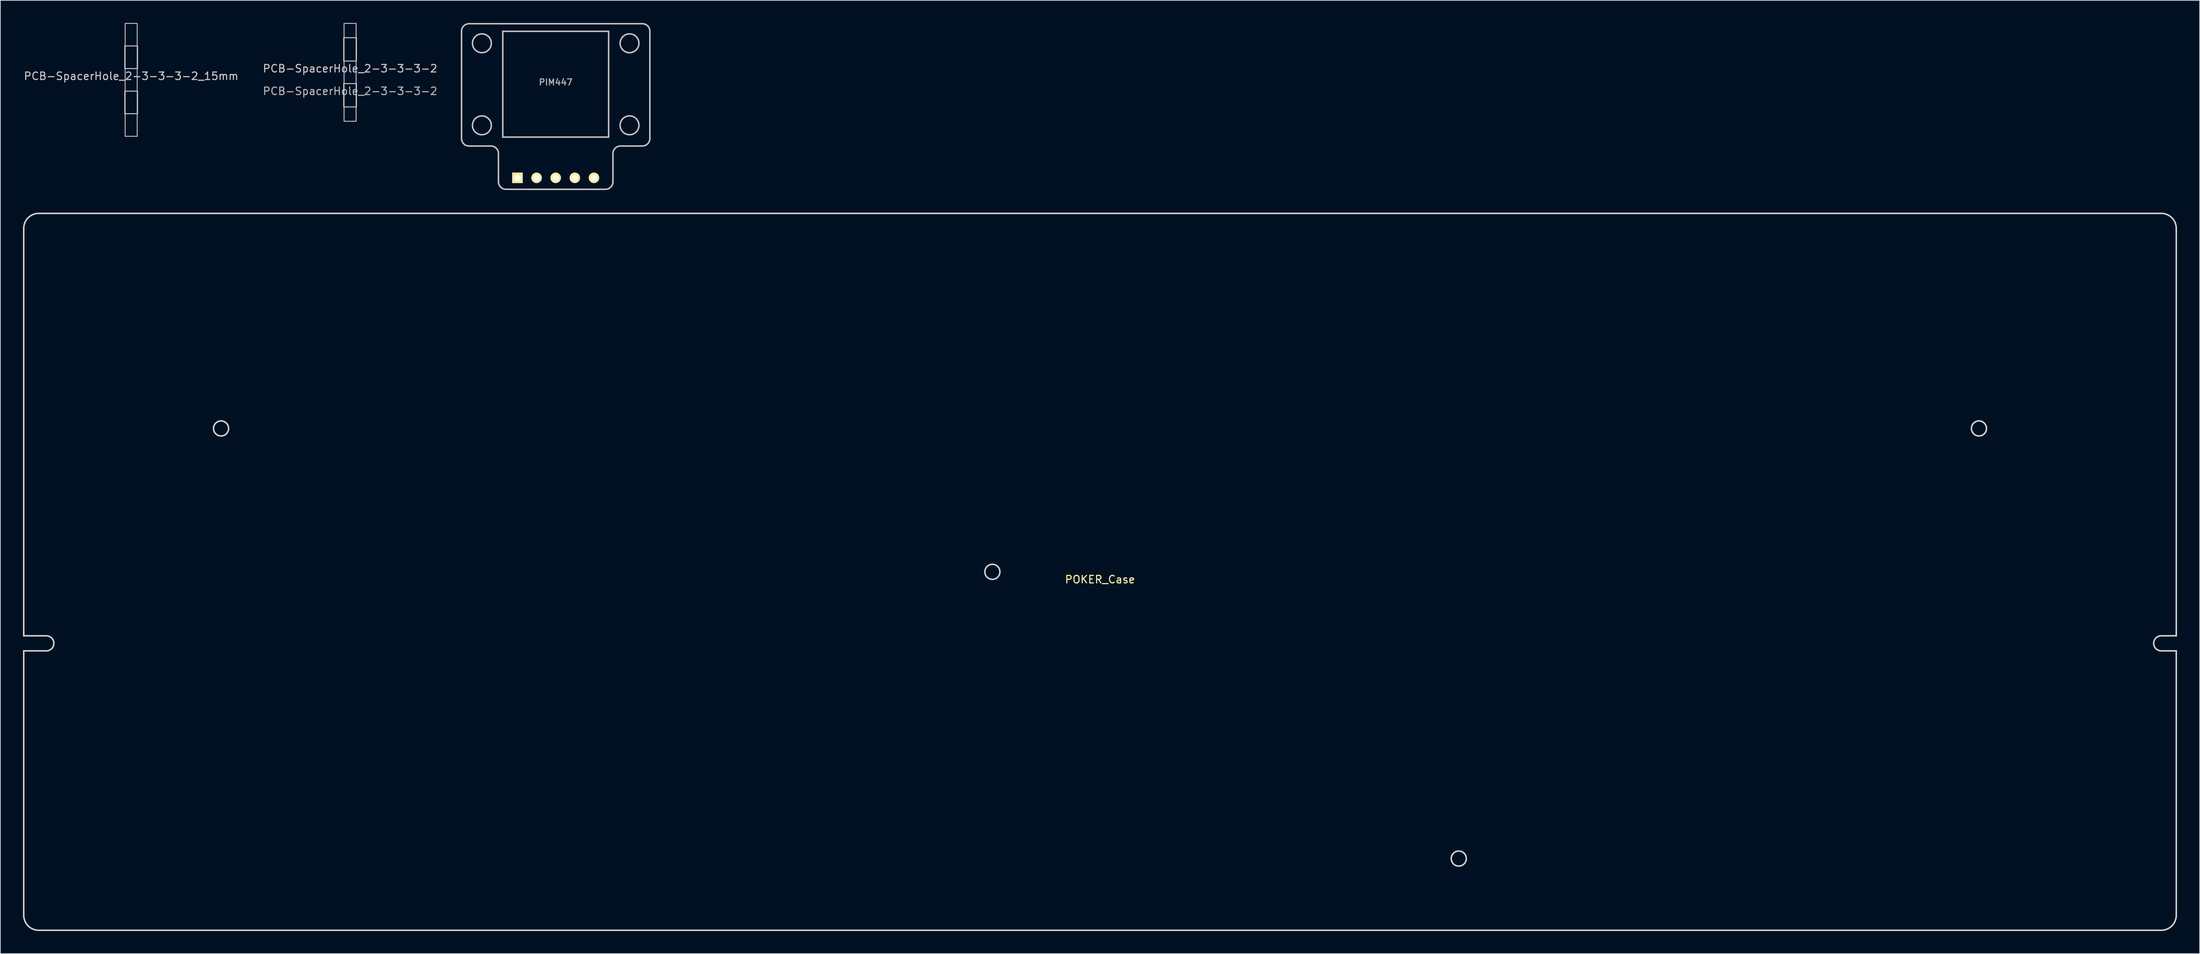
<source format=kicad_pcb>
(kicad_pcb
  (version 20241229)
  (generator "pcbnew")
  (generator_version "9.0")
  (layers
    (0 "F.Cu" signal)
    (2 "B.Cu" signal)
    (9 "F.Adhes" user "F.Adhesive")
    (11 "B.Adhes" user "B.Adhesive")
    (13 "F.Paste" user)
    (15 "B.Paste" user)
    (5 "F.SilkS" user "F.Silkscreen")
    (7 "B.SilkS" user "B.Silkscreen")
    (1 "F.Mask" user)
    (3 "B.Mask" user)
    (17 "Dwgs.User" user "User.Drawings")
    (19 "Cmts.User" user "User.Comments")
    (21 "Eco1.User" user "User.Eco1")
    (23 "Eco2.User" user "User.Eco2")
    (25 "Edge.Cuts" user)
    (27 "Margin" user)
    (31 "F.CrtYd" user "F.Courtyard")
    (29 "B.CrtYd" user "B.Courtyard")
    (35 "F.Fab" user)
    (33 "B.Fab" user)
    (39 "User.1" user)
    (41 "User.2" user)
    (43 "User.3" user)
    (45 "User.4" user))
  (footprint "PCB-SpacerHole_2-3-3-3-2"
    (layer "F.Cu")
    (at 43.423 6.56)
    (property "Reference" "PCB-SpacerHole_2-3-3-3-2" (at 0 -0.5 0) (unlocked yes) (layer "Dwgs.User") (effects (font (size 1 1) (thickness 0.15))))
    (attr through_hole)
    (fp_rect (start -0.8 -6.5) (end 0.8 6.5) (stroke (width 0.12) (type solid)) (fill no) (layer "Dwgs.User"))
    (fp_rect (start -0.85 -4.6) (end 0.85 -1.5) (stroke (width 0.12) (type solid)) (fill no) (layer "Edge.Cuts"))
    (fp_rect (start -0.85 1.5) (end 0.85 4.6) (stroke (width 0.12) (type solid)) (fill no) (layer "Edge.Cuts"))
    (fp_text user "${REFERENCE}" (at 0 2.5 0) (unlocked yes) (layer "F.Fab") (effects (font (size 1 1) (thickness 0.15)))))
  (footprint "PIM447"
    (layer "F.Cu")
    (at 70.719 20.576)
    (property "Reference" "PIM447" (at 0 -12.7 180) (layer "F.Fab") (effects (font (size 0.813 0.813) (thickness 0.15))))
    (attr through_hole)
    (fp_line (start -7.025 -19.461) (end 7.025 -19.461) (stroke (width 0.2) (type solid)) (layer "Dwgs.User"))
    (fp_line (start -7.025 -5.411) (end -7.025 -19.461) (stroke (width 0.2) (type solid)) (layer "Dwgs.User"))
    (fp_line (start 7.025 -19.461) (end 7.025 -5.411) (stroke (width 0.2) (type solid)) (layer "Dwgs.User"))
    (fp_line (start 7.025 -5.411) (end -7.025 -5.411) (stroke (width 0.2) (type solid)) (layer "Dwgs.User"))
    (fp_circle (center -9.8 -17.876) (end -8.55 -17.876) (stroke (width 0.2) (type solid)) (fill no) (layer "Dwgs.User"))
    (fp_circle (center -9.8 -6.976) (end -8.55 -6.976) (stroke (width 0.2) (type solid)) (fill no) (layer "Dwgs.User"))
    (fp_circle (center 9.8 -17.876) (end 11.05 -17.876) (stroke (width 0.2) (type solid)) (fill no) (layer "Dwgs.User"))
    (fp_circle (center 9.8 -6.976) (end 11.05 -6.976) (stroke (width 0.2) (type solid)) (fill no) (layer "Dwgs.User"))
    (fp_curve (pts (xy -12.5 -19.476) (xy -12.5 -19.476) (xy -12.5 -5.226) (xy -12.5 -5.226)) (stroke (width 0.2) (type solid)) (layer "Dwgs.User"))
    (fp_curve (pts (xy -12.5 -5.226) (xy -12.5 -4.673) (xy -12.052 -4.226) (xy -11.5 -4.226)) (stroke (width 0.2) (type solid)) (layer "Dwgs.User"))
    (fp_curve (pts (xy -11.5 -20.476) (xy -12.052 -20.476) (xy -12.5 -20.028) (xy -12.5 -19.476)) (stroke (width 0.2) (type solid)) (layer "Dwgs.User"))
    (fp_curve (pts (xy -11.5 -4.226) (xy -11.5 -4.226) (xy -8.6 -4.226) (xy -8.6 -4.226)) (stroke (width 0.2) (type solid)) (layer "Dwgs.User"))
    (fp_curve (pts (xy -8.6 -4.226) (xy -8.048 -4.226) (xy -7.6 -3.778) (xy -7.6 -3.226)) (stroke (width 0.2) (type solid)) (layer "Dwgs.User"))
    (fp_curve (pts (xy -7.6 -3.226) (xy -7.6 -3.226) (xy -7.6 0.524) (xy -7.6 0.524)) (stroke (width 0.2) (type solid)) (layer "Dwgs.User"))
    (fp_curve (pts (xy -7.6 0.524) (xy -7.6 1.077) (xy -7.152 1.524) (xy -6.6 1.524)) (stroke (width 0.2) (type solid)) (layer "Dwgs.User"))
    (fp_curve (pts (xy -6.6 1.524) (xy -6.6 1.524) (xy 6.6 1.524) (xy 6.6 1.524)) (stroke (width 0.2) (type solid)) (layer "Dwgs.User"))
    (fp_curve (pts (xy 6.6 1.524) (xy 7.152 1.524) (xy 7.6 1.077) (xy 7.6 0.524)) (stroke (width 0.2) (type solid)) (layer "Dwgs.User"))
    (fp_curve (pts (xy 7.6 -3.226) (xy 7.6 -3.778) (xy 8.048 -4.226) (xy 8.6 -4.226)) (stroke (width 0.2) (type solid)) (layer "Dwgs.User"))
    (fp_curve (pts (xy 7.6 0.524) (xy 7.6 0.524) (xy 7.6 -3.226) (xy 7.6 -3.226)) (stroke (width 0.2) (type solid)) (layer "Dwgs.User"))
    (fp_curve (pts (xy 8.6 -4.226) (xy 8.6 -4.226) (xy 11.5 -4.226) (xy 11.5 -4.226)) (stroke (width 0.2) (type solid)) (layer "Dwgs.User"))
    (fp_curve (pts (xy 11.5 -20.476) (xy 11.5 -20.476) (xy -11.5 -20.476) (xy -11.5 -20.476)) (stroke (width 0.2) (type solid)) (layer "Dwgs.User"))
    (fp_curve (pts (xy 11.5 -4.226) (xy 12.052 -4.226) (xy 12.5 -4.673) (xy 12.5 -5.226)) (stroke (width 0.2) (type solid)) (layer "Dwgs.User"))
    (fp_curve (pts (xy 12.5 -19.476) (xy 12.5 -20.028) (xy 12.052 -20.476) (xy 11.5 -20.476)) (stroke (width 0.2) (type solid)) (layer "Dwgs.User"))
    (fp_curve (pts (xy 12.5 -5.226) (xy 12.5 -5.226) (xy 12.5 -19.476) (xy 12.5 -19.476)) (stroke (width 0.2) (type solid)) (layer "Dwgs.User"))
    (pad "1" thru_hole rect (at -5.08 0) (size 1.397 1.397) (drill 0.813) (layers "*.Cu" "B.Mask" "F.SilkS"))
    (pad "2" thru_hole circle (at -2.54 0) (size 1.397 1.397) (drill 0.813) (layers "*.Cu" "B.Mask" "F.SilkS"))
    (pad "3" thru_hole circle (at 0 0) (size 1.397 1.397) (drill 0.813) (layers "*.Cu" "B.Mask" "F.SilkS"))
    (pad "4" thru_hole circle (at 2.54 0) (size 1.397 1.397) (drill 0.813) (layers "*.Cu" "B.Mask" "F.SilkS"))
    (pad "5" thru_hole circle (at 5.08 0) (size 1.397 1.397) (drill 0.813) (layers "*.Cu" "B.Mask" "F.SilkS")))
  (footprint "POKER_Case"
    (layer "F.Cu")
    (at 142.975 72.925)
    (property "Reference" "POKER_Case" (at 0 1.016 0) (layer "F.SilkS") (effects (font (size 1 1) (thickness 0.15))))
    (attr through_hole)
    (fp_circle (center -116.681 -19.05) (end -115.681 -19.05) (stroke (width 0.2) (type solid)) (fill no) (layer "Edge.Cuts"))
    (fp_circle (center -14.287 0) (end -13.287 0) (stroke (width 0.2) (type solid)) (fill no) (layer "Edge.Cuts"))
    (fp_circle (center 47.625 38.1) (end 48.625 38.1) (stroke (width 0.2) (type solid)) (fill no) (layer "Edge.Cuts"))
    (fp_circle (center 116.681 -19.05) (end 117.681 -19.05) (stroke (width 0.2) (type solid)) (fill no) (layer "Edge.Cuts"))
    (fp_curve (pts (xy -142.875 -45.625) (xy -142.875 -45.625) (xy -142.875 8.5) (xy -142.875 8.5)) (stroke (width 0.2) (type solid)) (layer "Edge.Cuts"))
    (fp_curve (pts (xy -142.875 8.5) (xy -142.875 8.5) (xy -139.875 8.5) (xy -139.875 8.5)) (stroke (width 0.2) (type solid)) (layer "Edge.Cuts"))
    (fp_curve (pts (xy -142.875 10.5) (xy -142.875 10.5) (xy -142.875 45.625) (xy -142.875 45.625)) (stroke (width 0.2) (type solid)) (layer "Edge.Cuts"))
    (fp_curve (pts (xy -142.875 45.625) (xy -142.875 46.73) (xy -141.98 47.625) (xy -140.875 47.625)) (stroke (width 0.2) (type solid)) (layer "Edge.Cuts"))
    (fp_curve (pts (xy -140.875 -47.625) (xy -141.98 -47.625) (xy -142.875 -46.73) (xy -142.875 -45.625)) (stroke (width 0.2) (type solid)) (layer "Edge.Cuts"))
    (fp_curve (pts (xy -140.875 47.625) (xy -140.875 47.625) (xy 140.875 47.625) (xy 140.875 47.625)) (stroke (width 0.2) (type solid)) (layer "Edge.Cuts"))
    (fp_curve (pts (xy -139.875 8.5) (xy -139.323 8.5) (xy -138.875 8.948) (xy -138.875 9.5)) (stroke (width 0.2) (type solid)) (layer "Edge.Cuts"))
    (fp_curve (pts (xy -139.875 10.5) (xy -139.875 10.5) (xy -142.875 10.5) (xy -142.875 10.5)) (stroke (width 0.2) (type solid)) (layer "Edge.Cuts"))
    (fp_curve (pts (xy -138.875 9.5) (xy -138.875 10.052) (xy -139.323 10.5) (xy -139.875 10.5)) (stroke (width 0.2) (type solid)) (layer "Edge.Cuts"))
    (fp_curve (pts (xy 139.875 9.5) (xy 139.875 8.948) (xy 140.323 8.5) (xy 140.875 8.5)) (stroke (width 0.2) (type solid)) (layer "Edge.Cuts"))
    (fp_curve (pts (xy 140.875 -47.625) (xy 140.875 -47.625) (xy -140.875 -47.625) (xy -140.875 -47.625)) (stroke (width 0.2) (type solid)) (layer "Edge.Cuts"))
    (fp_curve (pts (xy 140.875 8.5) (xy 140.875 8.5) (xy 142.875 8.5) (xy 142.875 8.5)) (stroke (width 0.2) (type solid)) (layer "Edge.Cuts"))
    (fp_curve (pts (xy 140.875 10.5) (xy 140.323 10.5) (xy 139.875 10.052) (xy 139.875 9.5)) (stroke (width 0.2) (type solid)) (layer "Edge.Cuts"))
    (fp_curve (pts (xy 140.875 47.625) (xy 141.98 47.625) (xy 142.875 46.73) (xy 142.875 45.625)) (stroke (width 0.2) (type solid)) (layer "Edge.Cuts"))
    (fp_curve (pts (xy 142.875 -45.625) (xy 142.875 -46.73) (xy 141.98 -47.625) (xy 140.875 -47.625)) (stroke (width 0.2) (type solid)) (layer "Edge.Cuts"))
    (fp_curve (pts (xy 142.875 8.5) (xy 142.875 8.5) (xy 142.875 -45.625) (xy 142.875 -45.625)) (stroke (width 0.2) (type solid)) (layer "Edge.Cuts"))
    (fp_curve (pts (xy 142.875 10.5) (xy 142.875 10.5) (xy 140.875 10.5) (xy 140.875 10.5)) (stroke (width 0.2) (type solid)) (layer "Edge.Cuts"))
    (fp_curve (pts (xy 142.875 45.625) (xy 142.875 45.625) (xy 142.875 10.5) (xy 142.875 10.5)) (stroke (width 0.2) (type solid)) (layer "Edge.Cuts")))
  (footprint "PCB-SpacerHole_2-3-3-3-2_15mm"
    (layer "F.Cu")
    (at 14.363 7.56)
    (property "Reference" "PCB-SpacerHole_2-3-3-3-2_15mm" (at 0 -0.5 0) (unlocked yes) (layer "Dwgs.User") (effects (font (size 1 1) (thickness 0.15))))
    (attr through_hole)
    (fp_rect (start -0.8 -7.5) (end 0.8 7.5) (stroke (width 0.12) (type solid)) (fill no) (layer "Dwgs.User"))
    (fp_rect (start -0.85 -4.5) (end 0.85 -1.5) (stroke (width 0.12) (type solid)) (fill no) (layer "Edge.Cuts"))
    (fp_rect (start -0.85 1.5) (end 0.85 4.5) (stroke (width 0.12) (type solid)) (fill no) (layer "Edge.Cuts")))
  (gr_rect
    (start -3 -3)
    (end 288.95 123.65)
    (stroke (width 0.1) (type default))
    (fill no)
    (layer "Edge.Cuts")))
</source>
